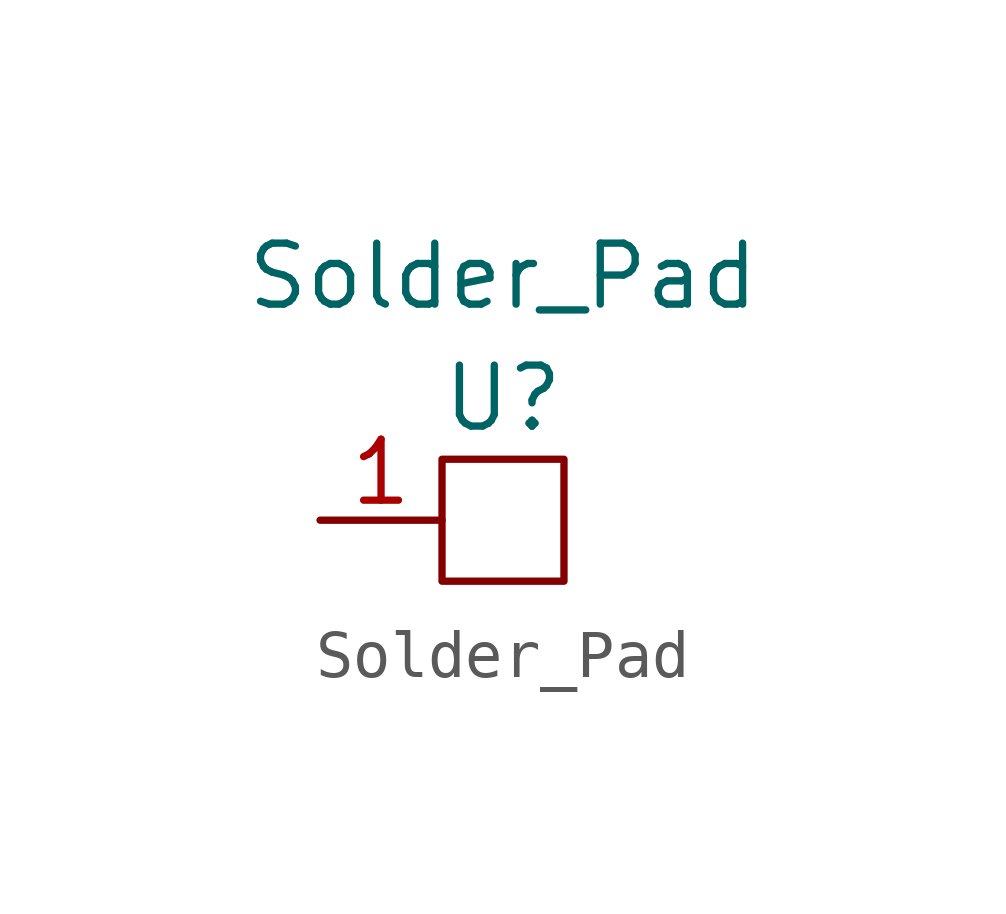
<source format=kicad_sym>
(kicad_symbol_lib
  (version 20211014)
  (generator kicad_symbol_editor)
  (symbol "Solder_Pad"
    (property "Reference" "U"
      (at 0 2.54 0)
      (effects (font (size 1.27 1.27))))
    (property "Value" "Solder_Pad"
      (at 0 5.08 0)
      (effects (font (size 1.27 1.27))))
    (symbol "Solder_Pad_0_1"
      (rectangle (start -1.27 1.27) (end 1.27 -1.27) (stroke (width 0) (type default) (color 0 0 0 0)) (fill (type none))))
    (symbol "Solder_Pad_1_1"
      (pin input line (at -3.81 0 0) (length 2.54) (name "" (effects (font (size 1.27 1.27)))) (number "1" (effects (font (size 1.27 1.27))))))))
</source>
